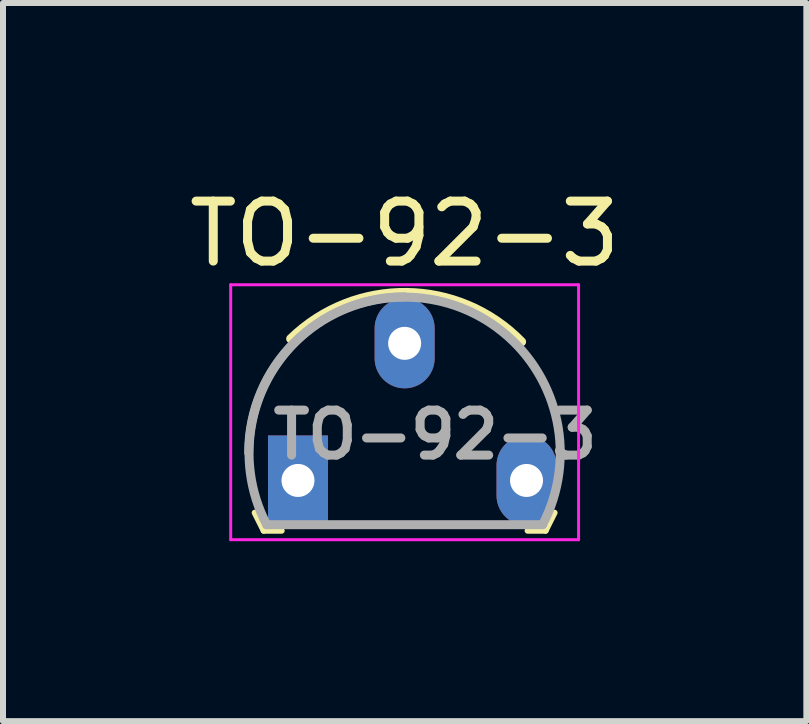
<source format=kicad_pcb>
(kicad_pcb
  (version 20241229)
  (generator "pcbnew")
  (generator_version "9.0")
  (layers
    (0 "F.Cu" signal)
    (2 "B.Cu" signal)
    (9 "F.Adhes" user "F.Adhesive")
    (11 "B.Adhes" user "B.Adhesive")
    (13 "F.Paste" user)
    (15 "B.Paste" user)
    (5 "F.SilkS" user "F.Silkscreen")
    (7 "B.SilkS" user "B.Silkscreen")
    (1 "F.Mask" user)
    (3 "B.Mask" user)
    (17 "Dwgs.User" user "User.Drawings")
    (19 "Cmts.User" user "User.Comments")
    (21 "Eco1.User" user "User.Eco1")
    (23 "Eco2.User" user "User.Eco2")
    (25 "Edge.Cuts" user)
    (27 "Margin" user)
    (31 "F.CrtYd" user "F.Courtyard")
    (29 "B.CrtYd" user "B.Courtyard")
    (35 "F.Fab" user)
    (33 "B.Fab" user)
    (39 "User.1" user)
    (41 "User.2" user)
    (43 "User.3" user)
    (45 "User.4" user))
  (footprint "TO-92-3"
    (layer "F.Cu")
    (at 2.426 4.198)
    (property "Reference" "TO-92-3" (at 1.27 -3.35 0) (layer "F.SilkS") (effects (font (size 1 1) (thickness 0.15))))
    (attr through_hole)
    (fp_line (start -1.08 1.6) (end -1.23 1.3) (stroke (width 0.1) (type solid)) (layer "F.SilkS"))
    (fp_line (start -0.78 1.6) (end -1.08 1.6) (stroke (width 0.1) (type solid)) (layer "F.SilkS"))
    (fp_line (start 3.62 1.6) (end 3.32 1.6) (stroke (width 0.1) (type solid)) (layer "F.SilkS"))
    (fp_line (start 3.62 1.6) (end 3.77 1.3) (stroke (width 0.1) (type solid)) (layer "F.SilkS"))
    (fp_arc (start -0.63 -1.6) (mid 1.305355 -2.372361) (end 3.22 -1.55) (stroke (width 0.15) (type solid)) (layer "F.SilkS"))
    (fp_line (start -1.63 -2.5) (end 4.17 -2.5) (stroke (width 0.05) (type solid)) (layer "F.CrtYd"))
    (fp_line (start -1.63 1.75) (end -1.63 -2.5) (stroke (width 0.05) (type solid)) (layer "F.CrtYd"))
    (fp_line (start -1.63 1.75) (end 4.17 1.75) (stroke (width 0.05) (type solid)) (layer "F.CrtYd"))
    (fp_line (start 4.17 1.75) (end 4.17 -2.5) (stroke (width 0.05) (type solid)) (layer "F.CrtYd"))
    (fp_line (start 3.57 1.5) (end -1.03 1.5) (stroke (width 0.15) (type solid)) (layer "F.Fab"))
    (fp_arc (start -1.33 0.3) (mid -0.568478 -1.538478) (end 1.27 -2.3) (stroke (width 0.15) (type solid)) (layer "F.Fab"))
    (fp_arc (start -1.03 1.5) (mid 1.267609 -2.294223) (end 3.572208 1.495758) (stroke (width 0.15) (type solid)) (layer "F.Fab"))
    (fp_text user "${REFERENCE}" (at 1.778 0 180) (layer "F.Fab") (effects (font (size 0.75 0.75) (thickness 0.15))))
    (pad "1" thru_hole rect (at -0.508 0.762 180) (size 1 1.5) (drill 0.55) (layers "*.Cu" "*.Mask"))
    (pad "2" thru_hole oval (at 1.27 -1.524 180) (size 1 1.5) (drill 0.55) (layers "*.Cu" "*.Mask"))
    (pad "3" thru_hole oval (at 3.302 0.762 180) (size 1 1.5) (drill 0.55) (layers "*.Cu" "*.Mask")))
  (gr_rect
    (start -3 -3)
    (end 10.393 8.973)
    (stroke (width 0.1) (type default))
    (fill no)
    (layer "Edge.Cuts")))
</source>
